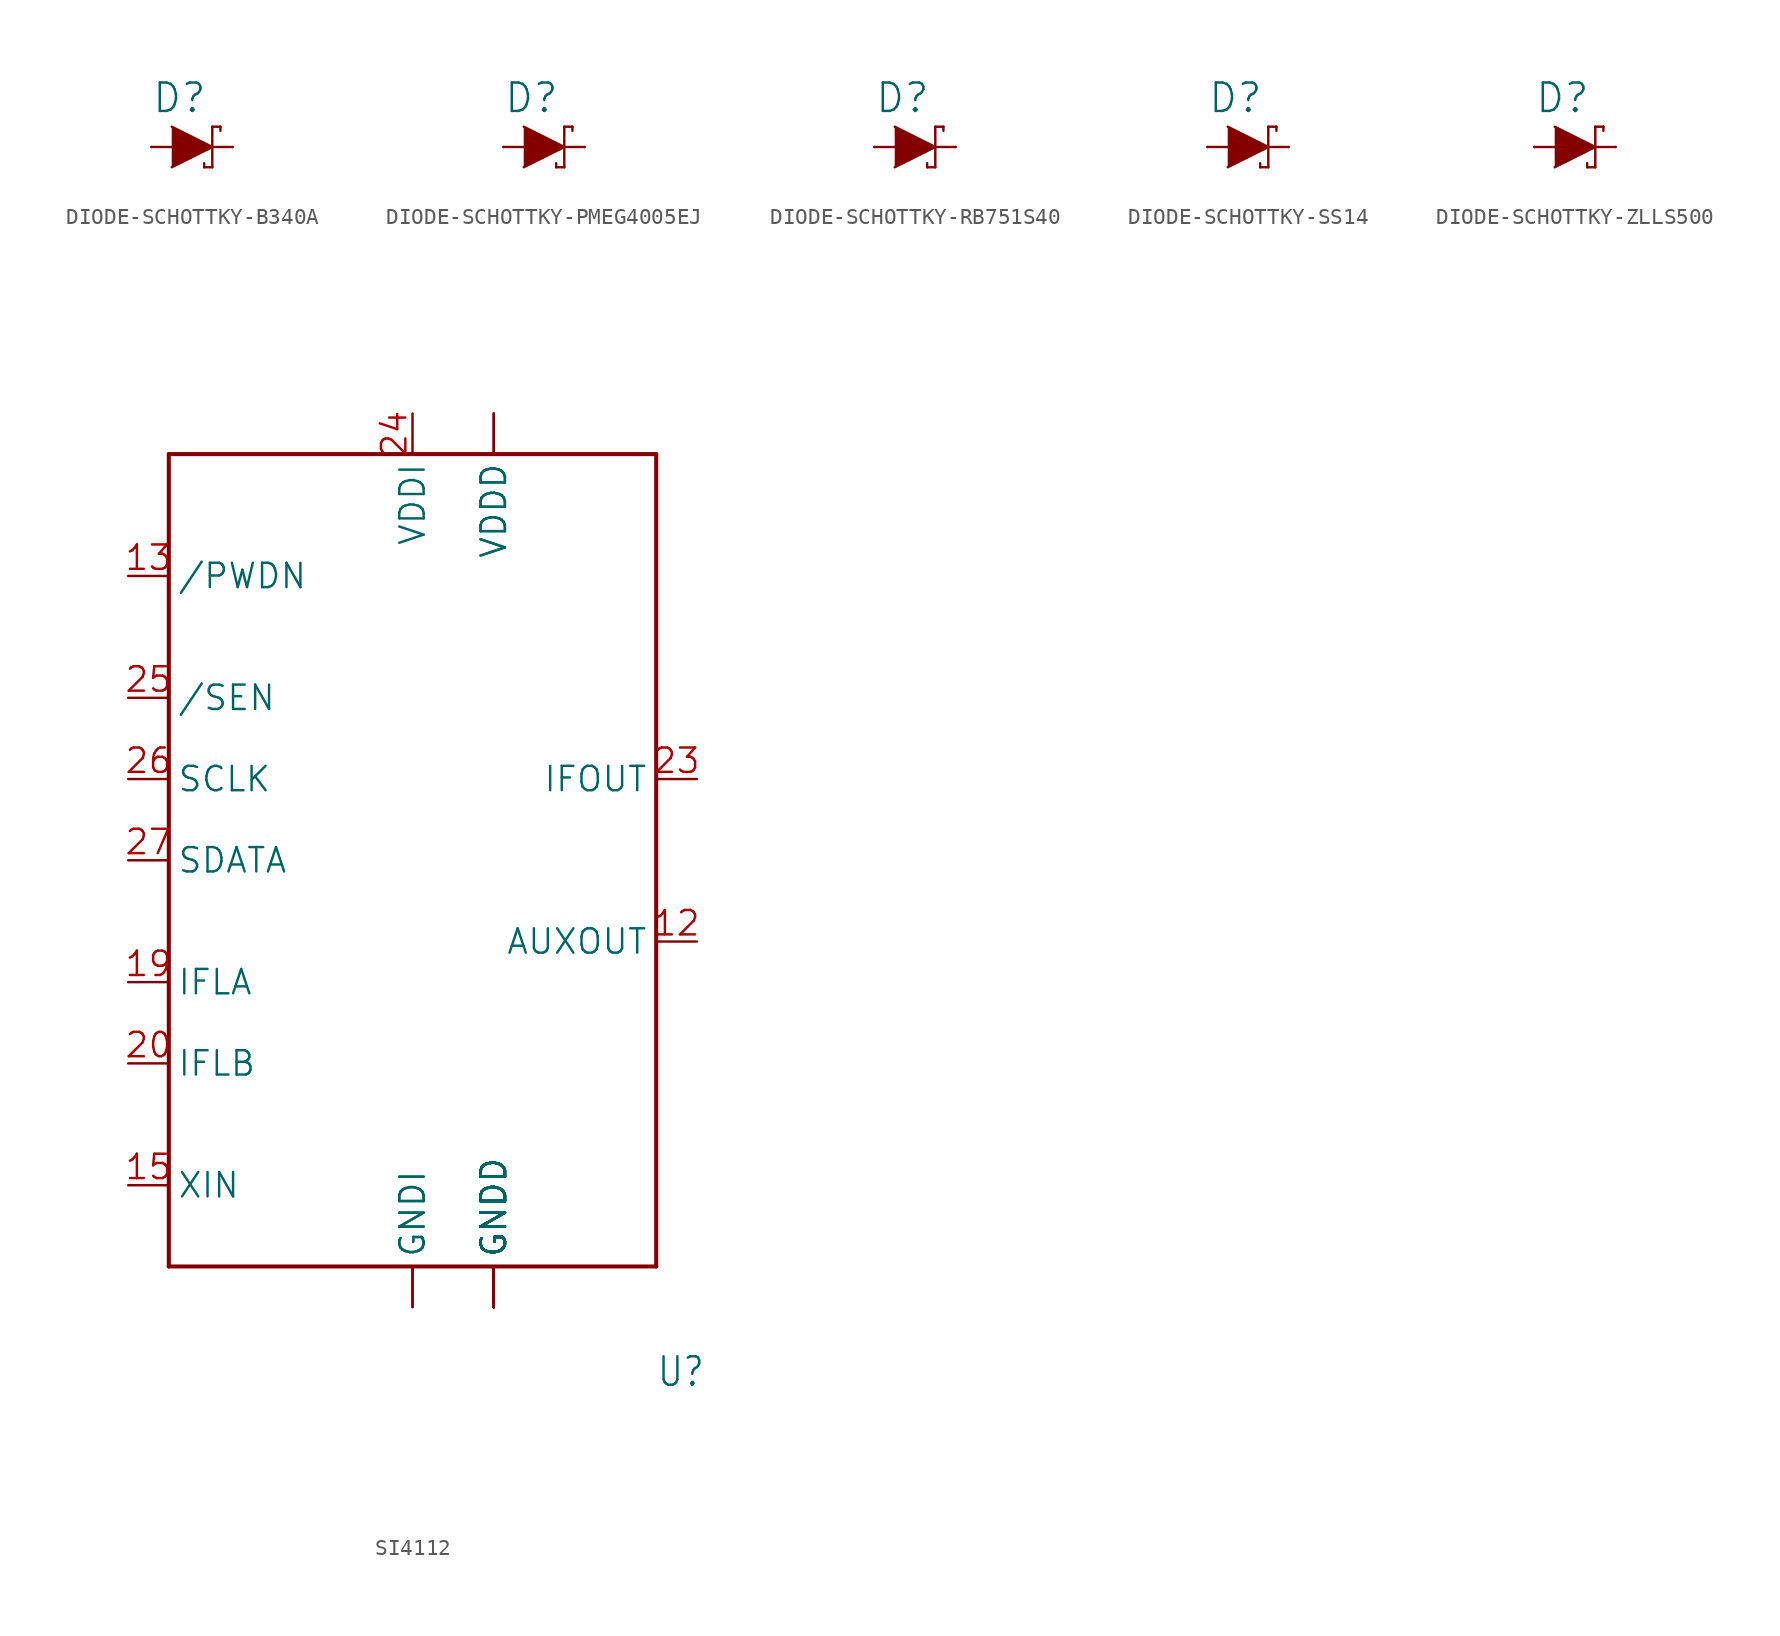
<source format=kicad_sym>
(kicad_symbol_lib
  (version 20241209)
  (generator "kicad_symbol_editor")
  (generator_version "9.0")
  (symbol "DIODE-SCHOTTKY-B340A"
    (property "Reference" "D"
      (at -2.54 2.032 0)
      (effects (font (size 1.778 1.778)) (justify left bottom)))
    (property "Value" ""
      (at -2.54 -2.032 0)
      (effects (font (size 1.778 1.778)) (justify left top)))
    (property "ki_locked" ""
      (at 0 0 0)
      (effects (font (size 1.27 1.27))))
    (symbol "DIODE-SCHOTTKY-B340A_1_0"
      (polyline (pts (xy -2.54 0) (xy -1.27 0)) (stroke (width 0.152) (type solid)) (fill (type none)))
      (polyline (pts (xy -1.27 -1.27) (xy 1.27 0) (xy -1.27 1.27)) (stroke (width 0.152) (type solid)) (fill (type outline)))
      (polyline (pts (xy 0.762 -1.27) (xy 0.762 -1.016)) (stroke (width 0.152) (type solid)) (fill (type none)))
      (polyline (pts (xy 1.27 1.27) (xy 1.27 0)) (stroke (width 0.152) (type solid)) (fill (type none)))
      (polyline (pts (xy 1.27 1.27) (xy 1.778 1.27)) (stroke (width 0.152) (type solid)) (fill (type none)))
      (polyline (pts (xy 1.27 0) (xy 1.27 -1.27)) (stroke (width 0.152) (type solid)) (fill (type none)))
      (polyline (pts (xy 1.27 -1.27) (xy 0.762 -1.27)) (stroke (width 0.152) (type solid)) (fill (type none)))
      (polyline (pts (xy 1.778 1.27) (xy 1.778 1.016)) (stroke (width 0.152) (type solid)) (fill (type none)))
      (polyline (pts (xy 2.54 0) (xy 1.27 0)) (stroke (width 0.152) (type solid)) (fill (type none)))
      (pin passive line (at -2.54 0 0) (length 0) (name "A" (effects (font (size 0 0)))) (number "A" (effects (font (size 0 0)))))
      (pin passive line (at 2.54 0 180) (length 0) (name "C" (effects (font (size 0 0)))) (number "C" (effects (font (size 0 0)))))))
  (symbol "DIODE-SCHOTTKY-PMEG4005EJ"
    (property "Reference" "D"
      (at -2.54 2.032 0)
      (effects (font (size 1.778 1.778)) (justify left bottom)))
    (property "Value" ""
      (at -2.54 -2.032 0)
      (effects (font (size 1.778 1.778)) (justify left top)))
    (property "ki_locked" ""
      (at 0 0 0)
      (effects (font (size 1.27 1.27))))
    (symbol "DIODE-SCHOTTKY-PMEG4005EJ_1_0"
      (polyline (pts (xy -2.54 0) (xy -1.27 0)) (stroke (width 0.152) (type solid)) (fill (type none)))
      (polyline (pts (xy -1.27 -1.27) (xy 1.27 0) (xy -1.27 1.27)) (stroke (width 0.152) (type solid)) (fill (type outline)))
      (polyline (pts (xy 0.762 -1.27) (xy 0.762 -1.016)) (stroke (width 0.152) (type solid)) (fill (type none)))
      (polyline (pts (xy 1.27 1.27) (xy 1.27 0)) (stroke (width 0.152) (type solid)) (fill (type none)))
      (polyline (pts (xy 1.27 1.27) (xy 1.778 1.27)) (stroke (width 0.152) (type solid)) (fill (type none)))
      (polyline (pts (xy 1.27 0) (xy 1.27 -1.27)) (stroke (width 0.152) (type solid)) (fill (type none)))
      (polyline (pts (xy 1.27 -1.27) (xy 0.762 -1.27)) (stroke (width 0.152) (type solid)) (fill (type none)))
      (polyline (pts (xy 1.778 1.27) (xy 1.778 1.016)) (stroke (width 0.152) (type solid)) (fill (type none)))
      (polyline (pts (xy 2.54 0) (xy 1.27 0)) (stroke (width 0.152) (type solid)) (fill (type none)))
      (pin passive line (at -2.54 0 0) (length 0) (name "A" (effects (font (size 0 0)))) (number "A" (effects (font (size 0 0)))))
      (pin passive line (at 2.54 0 180) (length 0) (name "C" (effects (font (size 0 0)))) (number "C" (effects (font (size 0 0)))))))
  (symbol "DIODE-SCHOTTKY-RB751S40"
    (property "Reference" "D"
      (at -2.54 2.032 0)
      (effects (font (size 1.778 1.778)) (justify left bottom)))
    (property "Value" ""
      (at -2.54 -2.032 0)
      (effects (font (size 1.778 1.778)) (justify left top)))
    (property "ki_locked" ""
      (at 0 0 0)
      (effects (font (size 1.27 1.27))))
    (symbol "DIODE-SCHOTTKY-RB751S40_1_0"
      (polyline (pts (xy -2.54 0) (xy -1.27 0)) (stroke (width 0.152) (type solid)) (fill (type none)))
      (polyline (pts (xy -1.27 -1.27) (xy 1.27 0) (xy -1.27 1.27)) (stroke (width 0.152) (type solid)) (fill (type outline)))
      (polyline (pts (xy 0.762 -1.27) (xy 0.762 -1.016)) (stroke (width 0.152) (type solid)) (fill (type none)))
      (polyline (pts (xy 1.27 1.27) (xy 1.27 0)) (stroke (width 0.152) (type solid)) (fill (type none)))
      (polyline (pts (xy 1.27 1.27) (xy 1.778 1.27)) (stroke (width 0.152) (type solid)) (fill (type none)))
      (polyline (pts (xy 1.27 0) (xy 1.27 -1.27)) (stroke (width 0.152) (type solid)) (fill (type none)))
      (polyline (pts (xy 1.27 -1.27) (xy 0.762 -1.27)) (stroke (width 0.152) (type solid)) (fill (type none)))
      (polyline (pts (xy 1.778 1.27) (xy 1.778 1.016)) (stroke (width 0.152) (type solid)) (fill (type none)))
      (polyline (pts (xy 2.54 0) (xy 1.27 0)) (stroke (width 0.152) (type solid)) (fill (type none)))
      (pin passive line (at -2.54 0 0) (length 0) (name "A" (effects (font (size 0 0)))) (number "A" (effects (font (size 0 0)))))
      (pin passive line (at 2.54 0 180) (length 0) (name "C" (effects (font (size 0 0)))) (number "C" (effects (font (size 0 0)))))))
  (symbol "DIODE-SCHOTTKY-SS14"
    (property "Reference" "D"
      (at -2.54 2.032 0)
      (effects (font (size 1.778 1.778)) (justify left bottom)))
    (property "Value" ""
      (at -2.54 -2.032 0)
      (effects (font (size 1.778 1.778)) (justify left top)))
    (property "ki_locked" ""
      (at 0 0 0)
      (effects (font (size 1.27 1.27))))
    (symbol "DIODE-SCHOTTKY-SS14_1_0"
      (polyline (pts (xy -2.54 0) (xy -1.27 0)) (stroke (width 0.152) (type solid)) (fill (type none)))
      (polyline (pts (xy -1.27 -1.27) (xy 1.27 0) (xy -1.27 1.27)) (stroke (width 0.152) (type solid)) (fill (type outline)))
      (polyline (pts (xy 0.762 -1.27) (xy 0.762 -1.016)) (stroke (width 0.152) (type solid)) (fill (type none)))
      (polyline (pts (xy 1.27 1.27) (xy 1.27 0)) (stroke (width 0.152) (type solid)) (fill (type none)))
      (polyline (pts (xy 1.27 1.27) (xy 1.778 1.27)) (stroke (width 0.152) (type solid)) (fill (type none)))
      (polyline (pts (xy 1.27 0) (xy 1.27 -1.27)) (stroke (width 0.152) (type solid)) (fill (type none)))
      (polyline (pts (xy 1.27 -1.27) (xy 0.762 -1.27)) (stroke (width 0.152) (type solid)) (fill (type none)))
      (polyline (pts (xy 1.778 1.27) (xy 1.778 1.016)) (stroke (width 0.152) (type solid)) (fill (type none)))
      (polyline (pts (xy 2.54 0) (xy 1.27 0)) (stroke (width 0.152) (type solid)) (fill (type none)))
      (pin passive line (at -2.54 0 0) (length 0) (name "A" (effects (font (size 0 0)))) (number "A" (effects (font (size 0 0)))))
      (pin passive line (at 2.54 0 180) (length 0) (name "C" (effects (font (size 0 0)))) (number "C" (effects (font (size 0 0)))))))
  (symbol "DIODE-SCHOTTKY-ZLLS500"
    (property "Reference" "D"
      (at -2.54 2.032 0)
      (effects (font (size 1.778 1.778)) (justify left bottom)))
    (property "Value" ""
      (at -2.54 -2.032 0)
      (effects (font (size 1.778 1.778)) (justify left top)))
    (property "ki_locked" ""
      (at 0 0 0)
      (effects (font (size 1.27 1.27))))
    (symbol "DIODE-SCHOTTKY-ZLLS500_1_0"
      (polyline (pts (xy -2.54 0) (xy -1.27 0)) (stroke (width 0.152) (type solid)) (fill (type none)))
      (polyline (pts (xy -1.27 -1.27) (xy 1.27 0) (xy -1.27 1.27)) (stroke (width 0.152) (type solid)) (fill (type outline)))
      (polyline (pts (xy 0.762 -1.27) (xy 0.762 -1.016)) (stroke (width 0.152) (type solid)) (fill (type none)))
      (polyline (pts (xy 1.27 1.27) (xy 1.27 0)) (stroke (width 0.152) (type solid)) (fill (type none)))
      (polyline (pts (xy 1.27 1.27) (xy 1.778 1.27)) (stroke (width 0.152) (type solid)) (fill (type none)))
      (polyline (pts (xy 1.27 0) (xy 1.27 -1.27)) (stroke (width 0.152) (type solid)) (fill (type none)))
      (polyline (pts (xy 1.27 -1.27) (xy 0.762 -1.27)) (stroke (width 0.152) (type solid)) (fill (type none)))
      (polyline (pts (xy 1.778 1.27) (xy 1.778 1.016)) (stroke (width 0.152) (type solid)) (fill (type none)))
      (polyline (pts (xy 2.54 0) (xy 1.27 0)) (stroke (width 0.152) (type solid)) (fill (type none)))
      (pin passive line (at -2.54 0 0) (length 0) (name "A" (effects (font (size 0 0)))) (number "1" (effects (font (size 0 0)))))
      (pin passive line (at 2.54 0 180) (length 0) (name "C" (effects (font (size 0 0)))) (number "3" (effects (font (size 0 0)))))))
  (symbol "SI4112"
    (property "Reference" "U"
      (at 15.24 -33.02 0)
      (effects (font (size 1.778 1.511)) (justify left bottom)))
    (property "Value" ""
      (at 15.24 -35.56 0)
      (effects (font (size 1.778 1.511)) (justify left bottom)))
    (property "ki_locked" ""
      (at 0 0 0)
      (effects (font (size 1.27 1.27))))
    (symbol "SI4112_1_0"
      (polyline (pts (xy -15.24 25.4) (xy 15.24 25.4)) (stroke (width 0.254) (type solid)) (fill (type none)))
      (polyline (pts (xy -15.24 -25.4) (xy -15.24 25.4)) (stroke (width 0.254) (type solid)) (fill (type none)))
      (polyline (pts (xy 15.24 25.4) (xy 15.24 -25.4)) (stroke (width 0.254) (type solid)) (fill (type none)))
      (polyline (pts (xy 15.24 -25.4) (xy -15.24 -25.4)) (stroke (width 0.254) (type solid)) (fill (type none)))
      (pin input line (at -17.78 17.78 0) (length 2.54) (name "/PWDN" (effects (font (size 1.524 1.524)))) (number "13" (effects (font (size 1.524 1.524)))))
      (pin input line (at -17.78 10.16 0) (length 2.54) (name "/SEN" (effects (font (size 1.524 1.524)))) (number "25" (effects (font (size 1.524 1.524)))))
      (pin input line (at -17.78 5.08 0) (length 2.54) (name "SCLK" (effects (font (size 1.524 1.524)))) (number "26" (effects (font (size 1.524 1.524)))))
      (pin input line (at -17.78 0 0) (length 2.54) (name "SDATA" (effects (font (size 1.524 1.524)))) (number "27" (effects (font (size 1.524 1.524)))))
      (pin input line (at -17.78 -7.62 0) (length 2.54) (name "IFLA" (effects (font (size 1.524 1.524)))) (number "19" (effects (font (size 1.524 1.524)))))
      (pin input line (at -17.78 -12.7 0) (length 2.54) (name "IFLB" (effects (font (size 1.524 1.524)))) (number "20" (effects (font (size 1.524 1.524)))))
      (pin input line (at -17.78 -20.32 0) (length 2.54) (name "XIN" (effects (font (size 1.524 1.524)))) (number "15" (effects (font (size 1.524 1.524)))))
      (pin power_in line (at 0 27.94 270) (length 2.54) (name "VDDI" (effects (font (size 1.524 1.524)))) (number "24" (effects (font (size 1.524 1.524)))))
      (pin power_in line (at 0 -27.94 90) (length 2.54) (name "GNDI" (effects (font (size 1.524 1.524)))) (number "21" (effects (font (size 0 0)))))
      (pin power_in line (at 0 -27.94 90) (length 2.54) (name "GNDI" (effects (font (size 1.524 1.524)))) (number "22" (effects (font (size 0 0)))))
      (pin power_in line (at 5.08 27.94 270) (length 2.54) (name "VDDD" (effects (font (size 1.524 1.524)))) (number "11" (effects (font (size 0 0)))))
      (pin power_in line (at 5.08 27.94 270) (length 2.54) (name "VDDD" (effects (font (size 1.524 1.524)))) (number "17" (effects (font (size 0 0)))))
      (pin power_in line (at 5.08 -27.94 90) (length 2.54) (name "GNDD" (effects (font (size 1.524 1.524)))) (number "1" (effects (font (size 0 0)))))
      (pin power_in line (at 5.08 -27.94 90) (length 2.54) (name "GNDD" (effects (font (size 1.524 1.524)))) (number "10" (effects (font (size 0 0)))))
      (pin power_in line (at 5.08 -27.94 90) (length 2.54) (name "GNDD" (effects (font (size 1.524 1.524)))) (number "14" (effects (font (size 0 0)))))
      (pin power_in line (at 5.08 -27.94 90) (length 2.54) (name "GNDD" (effects (font (size 1.524 1.524)))) (number "16" (effects (font (size 0 0)))))
      (pin power_in line (at 5.08 -27.94 90) (length 2.54) (name "GNDD" (effects (font (size 1.524 1.524)))) (number "18" (effects (font (size 0 0)))))
      (pin power_in line (at 5.08 -27.94 90) (length 2.54) (name "GNDD" (effects (font (size 1.524 1.524)))) (number "2" (effects (font (size 0 0)))))
      (pin power_in line (at 5.08 -27.94 90) (length 2.54) (name "GNDD" (effects (font (size 1.524 1.524)))) (number "28" (effects (font (size 0 0)))))
      (pin power_in line (at 5.08 -27.94 90) (length 2.54) (name "GNDD" (effects (font (size 1.524 1.524)))) (number "3" (effects (font (size 0 0)))))
      (pin power_in line (at 5.08 -27.94 90) (length 2.54) (name "GNDD" (effects (font (size 1.524 1.524)))) (number "4" (effects (font (size 0 0)))))
      (pin power_in line (at 5.08 -27.94 90) (length 2.54) (name "GNDD" (effects (font (size 1.524 1.524)))) (number "5" (effects (font (size 0 0)))))
      (pin power_in line (at 5.08 -27.94 90) (length 2.54) (name "GNDD" (effects (font (size 1.524 1.524)))) (number "6" (effects (font (size 0 0)))))
      (pin power_in line (at 5.08 -27.94 90) (length 2.54) (name "GNDD" (effects (font (size 1.524 1.524)))) (number "7" (effects (font (size 0 0)))))
      (pin power_in line (at 5.08 -27.94 90) (length 2.54) (name "GNDD" (effects (font (size 1.524 1.524)))) (number "8" (effects (font (size 0 0)))))
      (pin power_in line (at 5.08 -27.94 90) (length 2.54) (name "GNDD" (effects (font (size 1.524 1.524)))) (number "9" (effects (font (size 0 0)))))
      (pin power_in line (at 5.08 -27.94 90) (length 2.54) (name "GNDD" (effects (font (size 1.524 1.524)))) (number "PAD" (effects (font (size 0 0)))))
      (pin output line (at 17.78 5.08 180) (length 2.54) (name "IFOUT" (effects (font (size 1.524 1.524)))) (number "23" (effects (font (size 1.524 1.524)))))
      (pin output line (at 17.78 -5.08 180) (length 2.54) (name "AUXOUT" (effects (font (size 1.524 1.524)))) (number "12" (effects (font (size 1.524 1.524))))))))
</source>
